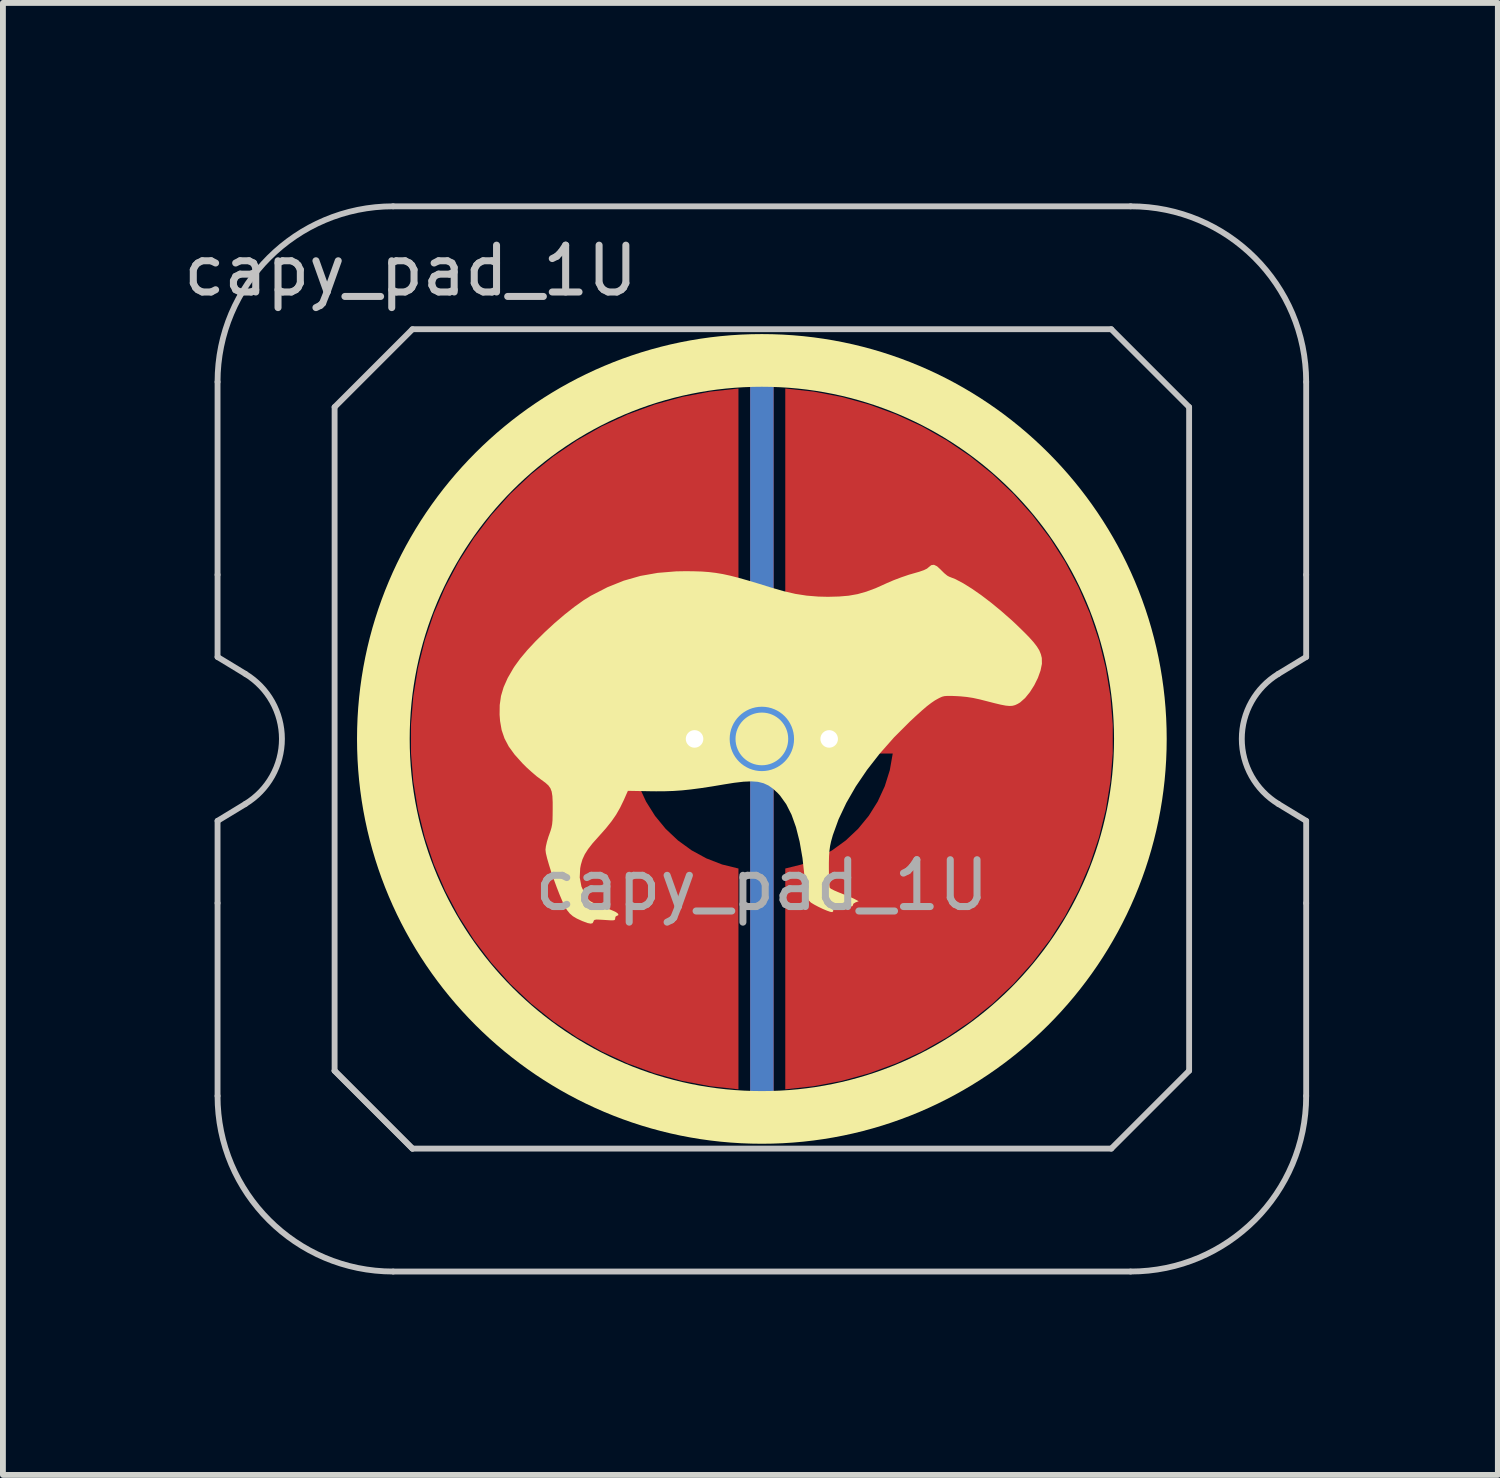
<source format=kicad_pcb>
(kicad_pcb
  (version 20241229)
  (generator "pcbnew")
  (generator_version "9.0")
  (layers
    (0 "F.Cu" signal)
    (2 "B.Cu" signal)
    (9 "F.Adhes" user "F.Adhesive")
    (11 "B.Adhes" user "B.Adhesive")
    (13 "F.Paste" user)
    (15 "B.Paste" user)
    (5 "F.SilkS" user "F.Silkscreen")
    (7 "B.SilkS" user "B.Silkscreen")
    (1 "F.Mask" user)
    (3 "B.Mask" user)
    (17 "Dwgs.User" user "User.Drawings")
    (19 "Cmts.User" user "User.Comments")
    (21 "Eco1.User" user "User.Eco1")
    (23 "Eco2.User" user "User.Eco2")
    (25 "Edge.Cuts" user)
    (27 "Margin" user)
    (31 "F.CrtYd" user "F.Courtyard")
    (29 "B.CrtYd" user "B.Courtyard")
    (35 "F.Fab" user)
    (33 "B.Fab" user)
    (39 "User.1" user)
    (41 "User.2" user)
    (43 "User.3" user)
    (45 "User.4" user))
  (footprint "capy_pad_1U"
    (layer "F.Cu")
    (at 9.967 9.575)
    (property "Reference" "capy_pad_1U" (at -6 -8 0) (layer "Dwgs.User") (effects (font (size 0.8 0.8) (thickness 0.12))))
    (attr exclude_from_pos_files exclude_from_bom)
    (fp_circle (center 0 0) (end -6.467 0) (stroke (width 0.9) (type solid)) (fill no) (layer "F.SilkS"))
    (fp_poly (pts (xy 2.994 -2.949) (xy 3.059 -2.889) (xy 3.064 -2.883) (xy 3.117 -2.831) (xy 3.167 -2.79) (xy 3.2 -2.772) (xy 3.309 -2.729) (xy 3.439 -2.66) (xy 3.587 -2.568) (xy 3.747 -2.457) (xy 3.916 -2.328) (xy 4.09 -2.185) (xy 4.264 -2.032) (xy 4.334 -1.967) (xy 4.462 -1.843) (xy 4.564 -1.74) (xy 4.642 -1.653) (xy 4.7 -1.578) (xy 4.741 -1.511) (xy 4.767 -1.447) (xy 4.783 -1.383) (xy 4.785 -1.283) (xy 4.761 -1.167) (xy 4.716 -1.042) (xy 4.654 -0.917) (xy 4.58 -0.8) (xy 4.498 -0.699) (xy 4.412 -0.623) (xy 4.37 -0.598) (xy 4.327 -0.578) (xy 4.282 -0.566) (xy 4.231 -0.563) (xy 4.167 -0.569) (xy 4.083 -0.585) (xy 3.974 -0.611) (xy 3.861 -0.64) (xy 3.72 -0.676) (xy 3.604 -0.701) (xy 3.5 -0.717) (xy 3.398 -0.727) (xy 3.334 -0.731) (xy 3.237 -0.735) (xy 3.169 -0.735) (xy 3.119 -0.731) (xy 3.079 -0.721) (xy 3.039 -0.703) (xy 3.016 -0.691) (xy 2.955 -0.657) (xy 2.891 -0.613) (xy 2.818 -0.557) (xy 2.733 -0.484) (xy 2.63 -0.391) (xy 2.528 -0.296) (xy 2.261 -0.029) (xy 2.016 0.248) (xy 1.797 0.529) (xy 1.605 0.812) (xy 1.442 1.095) (xy 1.311 1.372) (xy 1.213 1.643) (xy 1.182 1.754) (xy 1.166 1.829) (xy 1.155 1.907) (xy 1.148 1.998) (xy 1.145 2.112) (xy 1.145 2.213) (xy 1.146 2.32) (xy 1.148 2.415) (xy 1.153 2.489) (xy 1.158 2.535) (xy 1.161 2.545) (xy 1.185 2.563) (xy 1.236 2.589) (xy 1.306 2.619) (xy 1.349 2.636) (xy 1.433 2.67) (xy 1.511 2.702) (xy 1.571 2.729) (xy 1.588 2.738) (xy 1.654 2.773) (xy 1.6 2.793) (xy 1.564 2.815) (xy 1.556 2.839) (xy 1.547 2.857) (xy 1.504 2.867) (xy 1.433 2.867) (xy 1.336 2.858) (xy 1.293 2.852) (xy 1.246 2.847) (xy 1.226 2.856) (xy 1.221 2.888) (xy 1.221 2.904) (xy 1.218 2.946) (xy 1.202 2.959) (xy 1.168 2.954) (xy 1.114 2.935) (xy 1.042 2.905) (xy 0.965 2.868) (xy 0.895 2.831) (xy 0.844 2.8) (xy 0.83 2.789) (xy 0.805 2.762) (xy 0.786 2.727) (xy 0.77 2.679) (xy 0.757 2.612) (xy 0.745 2.519) (xy 0.733 2.395) (xy 0.729 2.353) (xy 0.694 2.035) (xy 0.645 1.754) (xy 0.583 1.508) (xy 0.507 1.295) (xy 0.417 1.117) (xy 0.312 0.97) (xy 0.271 0.925) (xy 0.192 0.852) (xy 0.113 0.796) (xy 0.028 0.757) (xy -0.068 0.733) (xy -0.18 0.725) (xy -0.314 0.731) (xy -0.475 0.75) (xy -0.633 0.775) (xy -0.853 0.812) (xy -1.044 0.841) (xy -1.212 0.863) (xy -1.364 0.879) (xy -1.51 0.889) (xy -1.655 0.894) (xy -1.808 0.895) (xy -1.902 0.894) (xy -2.289 0.887) (xy -2.36 1.047) (xy -2.423 1.177) (xy -2.49 1.294) (xy -2.568 1.407) (xy -2.663 1.526) (xy -2.781 1.659) (xy -2.789 1.668) (xy -2.892 1.783) (xy -2.969 1.882) (xy -3.025 1.97) (xy -3.065 2.057) (xy -3.092 2.148) (xy -3.104 2.21) (xy -3.112 2.368) (xy -3.083 2.522) (xy -3.017 2.667) (xy -3.017 2.667) (xy -2.988 2.714) (xy -2.961 2.748) (xy -2.93 2.774) (xy -2.884 2.799) (xy -2.818 2.827) (xy -2.743 2.856) (xy -2.656 2.89) (xy -2.578 2.921) (xy -2.52 2.946) (xy -2.492 2.96) (xy -2.457 2.987) (xy -2.451 3.01) (xy -2.474 3.021) (xy -2.477 3.021) (xy -2.501 3.038) (xy -2.506 3.064) (xy -2.508 3.083) (xy -2.518 3.095) (xy -2.543 3.1) (xy -2.592 3.099) (xy -2.67 3.094) (xy -2.686 3.093) (xy -2.771 3.088) (xy -2.824 3.086) (xy -2.855 3.091) (xy -2.87 3.101) (xy -2.877 3.12) (xy -2.892 3.148) (xy -2.924 3.156) (xy -2.977 3.146) (xy -3.057 3.116) (xy -3.068 3.112) (xy -3.162 3.069) (xy -3.229 3.029) (xy -3.281 2.984) (xy -3.328 2.926) (xy -3.332 2.92) (xy -3.367 2.861) (xy -3.409 2.772) (xy -3.455 2.663) (xy -3.504 2.538) (xy -3.552 2.407) (xy -3.598 2.276) (xy -3.637 2.151) (xy -3.669 2.041) (xy -3.69 1.953) (xy -3.697 1.893) (xy -3.697 1.892) (xy -3.69 1.835) (xy -3.672 1.756) (xy -3.646 1.67) (xy -3.636 1.643) (xy -3.611 1.572) (xy -3.594 1.514) (xy -3.583 1.457) (xy -3.577 1.391) (xy -3.575 1.305) (xy -3.574 1.211) (xy -3.574 1.078) (xy -3.579 0.977) (xy -3.591 0.901) (xy -3.613 0.843) (xy -3.647 0.795) (xy -3.697 0.75) (xy -3.765 0.7) (xy -3.771 0.696) (xy -3.846 0.64) (xy -3.934 0.565) (xy -4.024 0.483) (xy -4.091 0.416) (xy -4.224 0.268) (xy -4.325 0.129) (xy -4.397 -0.008) (xy -4.446 -0.151) (xy -4.473 -0.306) (xy -4.481 -0.412) (xy -4.479 -0.579) (xy -4.457 -0.734) (xy -4.412 -0.885) (xy -4.342 -1.042) (xy -4.244 -1.211) (xy -4.221 -1.246) (xy -4.127 -1.375) (xy -4.006 -1.519) (xy -3.864 -1.671) (xy -3.706 -1.827) (xy -3.54 -1.98) (xy -3.37 -2.125) (xy -3.204 -2.256) (xy -3.046 -2.369) (xy -2.92 -2.447) (xy -2.638 -2.592) (xy -2.359 -2.704) (xy -2.075 -2.785) (xy -1.78 -2.837) (xy -1.465 -2.863) (xy -1.296 -2.866) (xy -1.154 -2.864) (xy -1.026 -2.86) (xy -0.906 -2.851) (xy -0.789 -2.837) (xy -0.669 -2.817) (xy -0.54 -2.789) (xy -0.396 -2.752) (xy -0.233 -2.706) (xy -0.043 -2.649) (xy 0.146 -2.59) (xy 0.37 -2.525) (xy 0.573 -2.478) (xy 0.767 -2.448) (xy 0.963 -2.432) (xy 1.13 -2.428) (xy 1.318 -2.433) (xy 1.483 -2.447) (xy 1.635 -2.474) (xy 1.784 -2.516) (xy 1.943 -2.575) (xy 2.121 -2.655) (xy 2.136 -2.662) (xy 2.25 -2.711) (xy 2.382 -2.761) (xy 2.511 -2.805) (xy 2.577 -2.824) (xy 2.689 -2.856) (xy 2.769 -2.884) (xy 2.822 -2.91) (xy 2.848 -2.932) (xy 2.894 -2.969) (xy 2.941 -2.975)) (stroke (width 0) (type solid)) (fill yes) (layer "F.SilkS"))
    (fp_line (start -9.3 -2.805) (end -9.3 -6.1) (stroke (width 0.1) (type solid)) (layer "Dwgs.User"))
    (fp_line (start -9.3 -1.4) (end -9.3 -2.805) (stroke (width 0.1) (type solid)) (layer "Dwgs.User"))
    (fp_line (start -9.3 1.4) (end -8.824 1.111) (stroke (width 0.1) (type solid)) (layer "Dwgs.User"))
    (fp_line (start -9.3 2.805) (end -9.3 1.4) (stroke (width 0.1) (type solid)) (layer "Dwgs.User"))
    (fp_line (start -9.3 6.1) (end -9.3 2.805) (stroke (width 0.1) (type solid)) (layer "Dwgs.User"))
    (fp_line (start -8.824 -1.111) (end -9.3 -1.4) (stroke (width 0.1) (type solid)) (layer "Dwgs.User"))
    (fp_line (start -7.3 -5.67) (end -5.97 -7) (stroke (width 0.1) (type solid)) (layer "Dwgs.User"))
    (fp_line (start -7.3 5.67) (end -7.3 -5.67) (stroke (width 0.1) (type solid)) (layer "Dwgs.User"))
    (fp_line (start -7.3 5.67) (end -5.97 7) (stroke (width 0.1) (type solid)) (layer "Dwgs.User"))
    (fp_line (start -6.3 -9.1) (end 6.3 -9.1) (stroke (width 0.1) (type solid)) (layer "Dwgs.User"))
    (fp_line (start -5.97 -7) (end 5.97 -7) (stroke (width 0.1) (type solid)) (layer "Dwgs.User"))
    (fp_line (start -5.97 7) (end -7.3 5.67) (stroke (width 0.1) (type solid)) (layer "Dwgs.User"))
    (fp_line (start 5.97 -7) (end 7.3 -5.67) (stroke (width 0.1) (type solid)) (layer "Dwgs.User"))
    (fp_line (start 5.97 7) (end -5.97 7) (stroke (width 0.1) (type solid)) (layer "Dwgs.User"))
    (fp_line (start 6.3 9.1) (end -6.3 9.1) (stroke (width 0.1) (type solid)) (layer "Dwgs.User"))
    (fp_line (start 7.3 -5.67) (end 7.3 5.67) (stroke (width 0.1) (type solid)) (layer "Dwgs.User"))
    (fp_line (start 7.3 5.67) (end 5.97 7) (stroke (width 0.1) (type solid)) (layer "Dwgs.User"))
    (fp_line (start 8.824 1.111) (end 9.3 1.4) (stroke (width 0.1) (type solid)) (layer "Dwgs.User"))
    (fp_line (start 9.3 -6.1) (end 9.3 -2.805) (stroke (width 0.1) (type solid)) (layer "Dwgs.User"))
    (fp_line (start 9.3 -2.805) (end 9.3 -1.4) (stroke (width 0.1) (type solid)) (layer "Dwgs.User"))
    (fp_line (start 9.3 -1.4) (end 8.824 -1.111) (stroke (width 0.1) (type solid)) (layer "Dwgs.User"))
    (fp_line (start 9.3 1.4) (end 9.3 2.805) (stroke (width 0.1) (type solid)) (layer "Dwgs.User"))
    (fp_line (start 9.3 2.805) (end 9.3 6.1) (stroke (width 0.1) (type solid)) (layer "Dwgs.User"))
    (fp_arc (start -9.3 -6.1) (mid -8.42132 -8.22132) (end -6.3 -9.1) (stroke (width 0.1) (type solid)) (layer "Dwgs.User"))
    (fp_arc (start -8.824333 -1.110619) (mid -8.2 0) (end -8.824333 1.110619) (stroke (width 0.1) (type solid)) (layer "Dwgs.User"))
    (fp_arc (start -6.3 9.1) (mid -8.42132 8.22132) (end -9.3 6.1) (stroke (width 0.1) (type solid)) (layer "Dwgs.User"))
    (fp_arc (start 6.3 -9.1) (mid 8.42132 -8.22132) (end 9.3 -6.1) (stroke (width 0.1) (type solid)) (layer "Dwgs.User"))
    (fp_arc (start 8.824333 1.110619) (mid 8.2 0) (end 8.824333 -1.110619) (stroke (width 0.1) (type solid)) (layer "Dwgs.User"))
    (fp_arc (start 9.3 6.1) (mid 8.42132 8.22132) (end 6.3 9.1) (stroke (width 0.1) (type solid)) (layer "Dwgs.User"))
    (fp_circle (center 0 0) (end 0.5 0) (stroke (width 0.1) (type default)) (fill no) (layer "Cmts.User"))
    (fp_rect (start -9.525 -9.525) (end 9.525 9.525) (stroke (width 0.1) (type default)) (fill no) (layer "Eco2.User"))
    (fp_text user "${REFERENCE}" (at 0 2.5 180) (layer "F.Fab") (effects (font (size 0.8 0.8) (thickness 0.12))))
    (pad "1" thru_hole circle (at -1.15 0 270) (size 0.8 0.8) (drill 0.3) (layers "*.Cu"))
    (pad "1" smd custom (at -1 0) (size 0.4 0.4) (layers "F.Cu") (options (anchor circle)) (primitives (gr_poly (pts (xy 0.6 -2.214) (xy 0.32 -2.145) (xy 0.052 -2.041) (xy -0.201 -1.903) (xy -0.434 -1.734) (xy -0.644 -1.536) (xy -0.826 -1.314) (xy -0.979 -1.07) (xy -1.1 -0.808) (xy -1.186 -0.534) (xy -1.236 -0.25) (xy 0 -0.25) (xy 0.096 -0.231) (xy 0.177 -0.177) (xy 0.231 -0.096) (xy 0.25 0) (xy 0.231 0.096) (xy 0.177 0.177) (xy 0.096 0.231) (xy 0 0.25) (xy -1.236 0.25) (xy -1.186 0.534) (xy -1.1 0.808) (xy -0.979 1.07) (xy -0.826 1.314) (xy -0.644 1.536) (xy -0.434 1.734) (xy -0.201 1.903) (xy 0.052 2.041) (xy 0.32 2.145) (xy 0.6 2.214) (xy 0.6 5.987) (xy 0.115 5.934) (xy -0.364 5.843) (xy -0.834 5.713) (xy -1.292 5.545) (xy -1.735 5.341) (xy -2.159 5.101) (xy -2.563 4.827) (xy -2.943 4.522) (xy -3.298 4.187) (xy -3.623 3.824) (xy -3.919 3.436) (xy -4.182 3.025) (xy -4.41 2.594) (xy -4.603 2.147) (xy -4.759 1.684) (xy -4.876 1.211) (xy -4.955 0.73) (xy -4.995 0.244) (xy -4.995 -0.244) (xy -4.955 -0.73) (xy -4.876 -1.211) (xy -4.759 -1.684) (xy -4.603 -2.147) (xy -4.41 -2.594) (xy -4.182 -3.025) (xy -3.919 -3.436) (xy -3.623 -3.824) (xy -3.298 -4.187) (xy -2.943 -4.522) (xy -2.563 -4.827) (xy -2.159 -5.101) (xy -1.735 -5.341) (xy -1.292 -5.545) (xy -0.834 -5.713) (xy -0.364 -5.843) (xy 0.115 -5.934) (xy 0.6 -5.987)) (width 0) (fill yes))))
    (pad "2" smd custom (at 1 0 180) (size 0.4 0.4) (layers "F.Cu") (options (anchor circle)) (primitives (gr_poly (pts (xy 0.6 -2.214) (xy 0.32 -2.145) (xy 0.052 -2.041) (xy -0.201 -1.903) (xy -0.434 -1.734) (xy -0.644 -1.536) (xy -0.826 -1.314) (xy -0.979 -1.07) (xy -1.1 -0.808) (xy -1.186 -0.534) (xy -1.236 -0.25) (xy 0 -0.25) (xy 0.096 -0.231) (xy 0.177 -0.177) (xy 0.231 -0.096) (xy 0.25 0) (xy 0.231 0.096) (xy 0.177 0.177) (xy 0.096 0.231) (xy 0 0.25) (xy -1.236 0.25) (xy -1.186 0.534) (xy -1.1 0.808) (xy -0.979 1.07) (xy -0.826 1.314) (xy -0.644 1.536) (xy -0.434 1.734) (xy -0.201 1.903) (xy 0.052 2.041) (xy 0.32 2.145) (xy 0.6 2.214) (xy 0.6 5.987) (xy 0.115 5.934) (xy -0.364 5.843) (xy -0.834 5.713) (xy -1.292 5.545) (xy -1.735 5.341) (xy -2.159 5.101) (xy -2.563 4.827) (xy -2.943 4.522) (xy -3.298 4.187) (xy -3.623 3.824) (xy -3.919 3.436) (xy -4.182 3.025) (xy -4.41 2.594) (xy -4.603 2.147) (xy -4.759 1.684) (xy -4.876 1.211) (xy -4.955 0.73) (xy -4.995 0.244) (xy -4.995 -0.244) (xy -4.955 -0.73) (xy -4.876 -1.211) (xy -4.759 -1.684) (xy -4.603 -2.147) (xy -4.41 -2.594) (xy -4.182 -3.025) (xy -3.919 -3.436) (xy -3.623 -3.824) (xy -3.298 -4.187) (xy -2.943 -4.522) (xy -2.563 -4.827) (xy -2.159 -5.101) (xy -1.735 -5.341) (xy -1.292 -5.545) (xy -0.834 -5.713) (xy -0.364 -5.843) (xy 0.115 -5.934) (xy 0.6 -5.987)) (width 0) (fill yes))))
    (pad "2" thru_hole circle (at 1.15 0 270) (size 0.8 0.8) (drill 0.3) (layers "*.Cu"))
    (pad "3" smd roundrect (at 0 0 180) (size 0.4 12.5) (layers "B.Cu") (roundrect_rratio 0.5))
    (pad "3" smd roundrect (at 0 0 180) (size 0.4 12.75) (layers "F.Cu") (roundrect_rratio 0.5))
    (zone (net_name "") (layer "F.Cu") (hatch edge 0.508) (connect_pads) (min_thickness 0.254) (filled_areas_thickness no) (keepout (tracks allowed) (vias allowed) (pads allowed) (copperpour not_allowed) (footprints allowed)) (placement (enabled no)) (fill) (polygon (pts (xy 9.967 15.825) (xy 9.422 15.801) (xy 8.881 15.73) (xy 8.349 15.612) (xy 7.829 15.448) (xy 7.325 15.239) (xy 6.842 14.988) (xy 6.382 14.695) (xy 5.949 14.363) (xy 5.547 13.994) (xy 5.179 13.592) (xy 4.847 13.16) (xy 4.554 12.7) (xy 4.302 12.216) (xy 4.094 11.713) (xy 3.93 11.193) (xy 3.812 10.66) (xy 3.74 10.12) (xy 3.717 9.575) (xy 3.74 9.03) (xy 3.812 8.49) (xy 3.93 7.957) (xy 4.094 7.437) (xy 4.302 6.934) (xy 4.554 6.45) (xy 4.847 5.99) (xy 5.179 5.558) (xy 5.547 5.156) (xy 5.949 4.787) (xy 6.382 4.455) (xy 6.842 4.162) (xy 7.325 3.911) (xy 7.829 3.702) (xy 8.349 3.538) (xy 8.881 3.42) (xy 9.422 3.349) (xy 9.967 3.325) (xy 10.511 3.349) (xy 11.052 3.42) (xy 11.584 3.538) (xy 12.104 3.702) (xy 12.608 3.911) (xy 13.092 4.162) (xy 13.552 4.455) (xy 13.984 4.787) (xy 14.386 5.156) (xy 14.754 5.558) (xy 15.086 5.99) (xy 15.379 6.45) (xy 15.631 6.934) (xy 15.84 7.437) (xy 16.004 7.957) (xy 16.122 8.49) (xy 16.193 9.03) (xy 16.217 9.575) (xy 16.193 10.12) (xy 16.122 10.66) (xy 16.004 11.193) (xy 15.84 11.713) (xy 15.631 12.216) (xy 15.379 12.7) (xy 15.086 13.16) (xy 14.754 13.592) (xy 14.386 13.994) (xy 13.984 14.363) (xy 13.552 14.695) (xy 13.092 14.988) (xy 12.608 15.239) (xy 12.104 15.448) (xy 11.584 15.612) (xy 11.052 15.73) (xy 10.511 15.801))))
    (zone (net_name "") (layer "B.Cu") (hatch edge 0.1) (connect_pads) (min_thickness 0.254) (filled_areas_thickness no) (keepout (tracks allowed) (vias allowed) (pads allowed) (copperpour not_allowed) (footprints allowed)) (placement (enabled no)) (fill) (polygon (pts (xy 9.967 15.575) (xy 9.444 15.552) (xy 8.925 15.484) (xy 8.414 15.371) (xy 7.915 15.213) (xy 7.431 15.013) (xy 6.967 14.771) (xy 6.525 14.49) (xy 6.11 14.171) (xy 5.724 13.818) (xy 5.37 13.432) (xy 5.052 13.016) (xy 4.771 12.575) (xy 4.529 12.111) (xy 4.329 11.627) (xy 4.171 11.128) (xy 4.058 10.617) (xy 3.99 10.098) (xy 3.967 9.575) (xy 3.99 9.052) (xy 4.058 8.533) (xy 4.171 8.022) (xy 4.329 7.523) (xy 4.529 7.039) (xy 4.771 6.575) (xy 5.052 6.134) (xy 5.37 5.718) (xy 5.724 5.332) (xy 6.11 4.979) (xy 6.525 4.66) (xy 6.967 4.379) (xy 7.431 4.137) (xy 7.915 3.937) (xy 8.414 3.779) (xy 8.925 3.666) (xy 9.444 3.598) (xy 9.967 3.575) (xy 10.49 3.598) (xy 11.009 3.666) (xy 11.52 3.779) (xy 12.019 3.937) (xy 12.502 4.137) (xy 12.967 4.379) (xy 13.408 4.66) (xy 13.823 4.979) (xy 14.209 5.332) (xy 14.563 5.718) (xy 14.882 6.134) (xy 15.163 6.575) (xy 15.405 7.039) (xy 15.605 7.523) (xy 15.762 8.022) (xy 15.876 8.533) (xy 15.944 9.052) (xy 15.967 9.575) (xy 15.944 10.098) (xy 15.876 10.617) (xy 15.762 11.128) (xy 15.605 11.627) (xy 15.405 12.111) (xy 15.163 12.575) (xy 14.882 13.016) (xy 14.563 13.432) (xy 14.209 13.818) (xy 13.823 14.171) (xy 13.408 14.49) (xy 12.967 14.771) (xy 12.502 15.013) (xy 12.019 15.213) (xy 11.52 15.371) (xy 11.009 15.484) (xy 10.49 15.552)))))
  (gr_rect
    (start -3 -3)
    (end 22.542 22.15)
    (stroke (width 0.1) (type default))
    (fill no)
    (layer "Edge.Cuts")))
</source>
